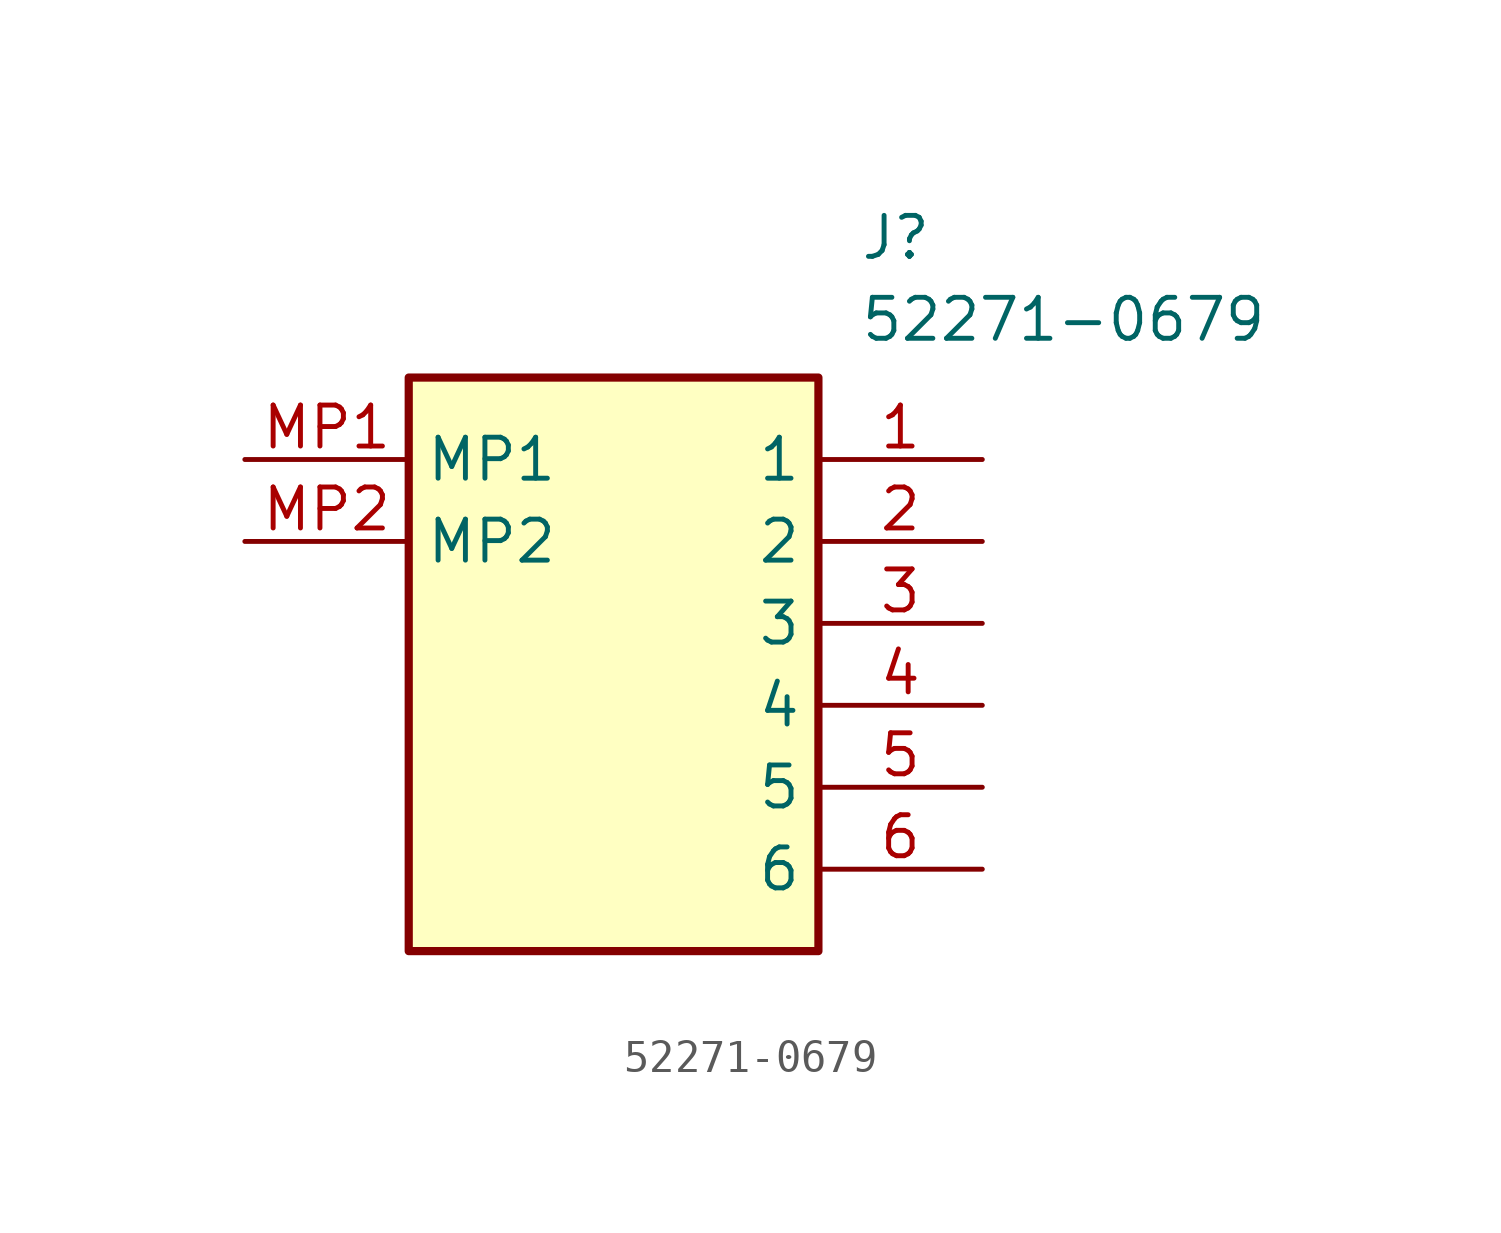
<source format=kicad_sym>
(kicad_symbol_lib
  (version 20211014)
  (generator SamacSys_ECAD_Model)
  (symbol "52271-0679"
    (property "Reference" "J"
      (at 19.05 7.62 0)
      (effects (font (size 1.27 1.27)) (justify left top)))
    (property "Value" "52271-0679"
      (at 19.05 5.08 0)
      (effects (font (size 1.27 1.27)) (justify left top)))
    (rectangle
      (start 5.08 2.54)
      (end 17.78 -15.24)
      (stroke (width 0.254) (type default))
      (fill (type background)))
    (pin passive line
      (at 22.86 0 180)
      (length 5.08)
      (name "1" (effects (font (size 1.27 1.27))))
      (number "1" (effects (font (size 1.27 1.27)))))
    (pin passive line
      (at 22.86 -2.54 180)
      (length 5.08)
      (name "2" (effects (font (size 1.27 1.27))))
      (number "2" (effects (font (size 1.27 1.27)))))
    (pin passive line
      (at 22.86 -5.08 180)
      (length 5.08)
      (name "3" (effects (font (size 1.27 1.27))))
      (number "3" (effects (font (size 1.27 1.27)))))
    (pin passive line
      (at 22.86 -7.62 180)
      (length 5.08)
      (name "4" (effects (font (size 1.27 1.27))))
      (number "4" (effects (font (size 1.27 1.27)))))
    (pin passive line
      (at 22.86 -10.16 180)
      (length 5.08)
      (name "5" (effects (font (size 1.27 1.27))))
      (number "5" (effects (font (size 1.27 1.27)))))
    (pin passive line
      (at 22.86 -12.7 180)
      (length 5.08)
      (name "6" (effects (font (size 1.27 1.27))))
      (number "6" (effects (font (size 1.27 1.27)))))
    (pin passive line
      (at 0 0 0)
      (length 5.08)
      (name "MP1" (effects (font (size 1.27 1.27))))
      (number "MP1" (effects (font (size 1.27 1.27)))))
    (pin passive line
      (at 0 -2.54 0)
      (length 5.08)
      (name "MP2" (effects (font (size 1.27 1.27))))
      (number "MP2" (effects (font (size 1.27 1.27)))))))
</source>
